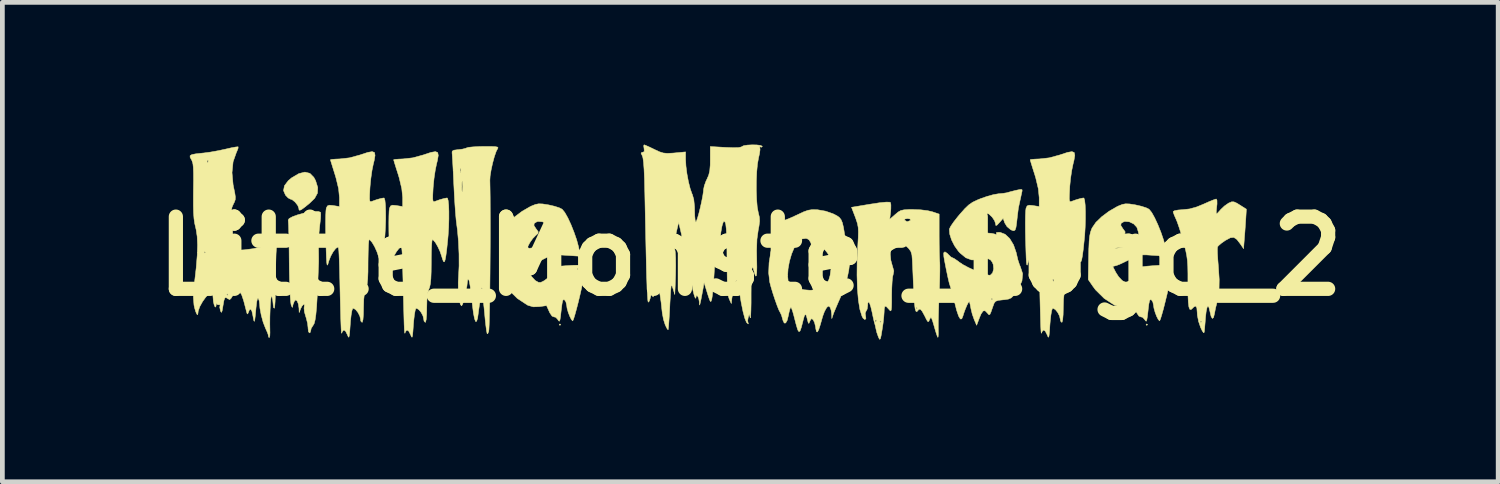
<source format=kicad_pcb>
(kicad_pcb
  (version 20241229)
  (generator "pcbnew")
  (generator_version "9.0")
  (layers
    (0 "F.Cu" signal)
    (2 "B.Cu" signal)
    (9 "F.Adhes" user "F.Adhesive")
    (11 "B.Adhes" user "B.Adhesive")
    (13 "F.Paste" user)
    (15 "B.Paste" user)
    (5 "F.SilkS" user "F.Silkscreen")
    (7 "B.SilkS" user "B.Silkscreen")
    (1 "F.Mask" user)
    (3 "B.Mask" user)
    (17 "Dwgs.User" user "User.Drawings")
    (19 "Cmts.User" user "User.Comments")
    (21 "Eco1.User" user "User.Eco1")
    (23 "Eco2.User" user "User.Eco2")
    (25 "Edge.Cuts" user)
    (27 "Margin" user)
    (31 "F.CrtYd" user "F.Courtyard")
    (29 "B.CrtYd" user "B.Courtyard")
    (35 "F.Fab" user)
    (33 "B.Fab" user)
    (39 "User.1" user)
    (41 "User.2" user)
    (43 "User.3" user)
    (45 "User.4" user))
  (footprint "Little_Monster_Logo_2"
    (layer "F.Cu")
    (at 12.78 2.355)
    (property "Reference" "Little_Monster_Logo_2" (at 0 0 0) (layer "F.SilkS") (effects (font (size 1.524 1.524) (thickness 0.3))))
    (attr through_hole)
    (fp_poly (pts (xy -4 1.445) (xy -4.016 1.46) (xy -4.032 1.445) (xy -4.016 1.429) (xy -4 1.445)) (stroke (width 0.01) (type solid)) (fill yes) (layer "F.SilkS"))
    (fp_poly (pts (xy 8.382 1.445) (xy 8.366 1.46) (xy 8.35 1.445) (xy 8.366 1.429) (xy 8.382 1.445)) (stroke (width 0.01) (type solid)) (fill yes) (layer "F.SilkS"))
    (fp_poly (pts (xy -9.292 -1.748) (xy -9.208 -1.663) (xy -9.171 -1.593) (xy -9.126 -1.449) (xy -9.132 -1.33) (xy -9.191 -1.221) (xy -9.296 -1.119) (xy -9.403 -1.032) (xy -9.47 -0.983) (xy -9.507 -0.967) (xy -9.522 -0.981) (xy -9.525 -1.009) (xy -9.548 -1.071) (xy -9.602 -1.14) (xy -9.666 -1.192) (xy -9.707 -1.206) (xy -9.75 -1.229) (xy -9.804 -1.285) (xy -9.806 -1.287) (xy -9.848 -1.384) (xy -9.828 -1.487) (xy -9.749 -1.592) (xy -9.678 -1.652) (xy -9.525 -1.742) (xy -9.397 -1.774) (xy -9.292 -1.748)) (stroke (width 0.01) (type solid)) (fill yes) (layer "F.SilkS"))
    (fp_poly (pts (xy -9.068 -0.927) (xy -9.067 -0.924) (xy -9.063 -0.881) (xy -9.067 -0.793) (xy -9.08 -0.679) (xy -9.082 -0.663) (xy -9.098 -0.506) (xy -9.108 -0.327) (xy -9.11 -0.175) (xy -9.108 -0.051) (xy -9.107 0.048) (xy -9.107 0.105) (xy -9.107 0.111) (xy -9.108 0.153) (xy -9.112 0.246) (xy -9.117 0.377) (xy -9.123 0.532) (xy -9.125 0.572) (xy -9.137 0.847) (xy -9.15 1.065) (xy -9.165 1.23) (xy -9.182 1.347) (xy -9.202 1.423) (xy -9.225 1.462) (xy -9.226 1.463) (xy -9.265 1.525) (xy -9.271 1.56) (xy -9.285 1.609) (xy -9.302 1.619) (xy -9.322 1.592) (xy -9.33 1.524) (xy -9.33 1.516) (xy -9.34 1.421) (xy -9.368 1.308) (xy -9.379 1.273) (xy -9.407 1.176) (xy -9.415 1.096) (xy -9.412 1.074) (xy -9.406 1.024) (xy -9.426 1.019) (xy -9.458 1.054) (xy -9.484 1.103) (xy -9.518 1.191) (xy -9.522 1.095) (xy -9.535 1.01) (xy -9.557 0.953) (xy -9.587 0.921) (xy -9.616 0.946) (xy -9.62 0.953) (xy -9.649 1.025) (xy -9.655 1.064) (xy -9.663 1.082) (xy -9.682 1.043) (xy -9.69 1.016) (xy -9.698 0.954) (xy -9.707 0.839) (xy -9.714 0.68) (xy -9.721 0.488) (xy -9.726 0.272) (xy -9.728 0.095) (xy -9.73 -0.127) (xy -9.733 -0.329) (xy -9.737 -0.503) (xy -9.741 -0.639) (xy -9.746 -0.728) (xy -9.749 -0.76) (xy -9.73 -0.794) (xy -9.662 -0.831) (xy -9.561 -0.869) (xy -9.441 -0.902) (xy -9.317 -0.928) (xy -9.204 -0.944) (xy -9.116 -0.944) (xy -9.068 -0.927)) (stroke (width 0.01) (type solid)) (fill yes) (layer "F.SilkS"))
    (fp_poly (pts (xy 9.847 -1.178) (xy 9.848 -1.102) (xy 9.842 -1.048) (xy 9.833 -0.958) (xy 9.831 -0.9) (xy 9.834 -0.889) (xy 9.861 -0.911) (xy 9.91 -0.965) (xy 9.925 -0.983) (xy 10.005 -1.059) (xy 10.091 -1.119) (xy 10.097 -1.122) (xy 10.156 -1.147) (xy 10.205 -1.146) (xy 10.269 -1.117) (xy 10.328 -1.08) (xy 10.467 -0.992) (xy 10.456 -0.806) (xy 10.447 -0.672) (xy 10.436 -0.513) (xy 10.426 -0.388) (xy 10.408 -0.158) (xy 10.34 -0.258) (xy 10.266 -0.354) (xy 10.202 -0.396) (xy 10.129 -0.389) (xy 10.03 -0.336) (xy 10.021 -0.331) (xy 9.936 -0.271) (xy 9.876 -0.219) (xy 9.859 -0.195) (xy 9.855 -0.148) (xy 9.857 -0.052) (xy 9.865 0.078) (xy 9.876 0.215) (xy 9.894 0.491) (xy 9.89 0.719) (xy 9.864 0.91) (xy 9.841 1) (xy 9.816 1.099) (xy 9.795 1.21) (xy 9.794 1.215) (xy 9.774 1.295) (xy 9.749 1.314) (xy 9.723 1.272) (xy 9.7 1.175) (xy 9.678 1.083) (xy 9.657 1.053) (xy 9.637 1.084) (xy 9.618 1.174) (xy 9.605 1.294) (xy 9.595 1.421) (xy 9.586 1.529) (xy 9.579 1.598) (xy 9.579 1.603) (xy 9.565 1.618) (xy 9.535 1.574) (xy 9.501 1.502) (xy 9.46 1.381) (xy 9.493 1.381) (xy 9.509 1.397) (xy 9.525 1.381) (xy 9.509 1.365) (xy 9.493 1.381) (xy 9.46 1.381) (xy 9.459 1.377) (xy 9.433 1.246) (xy 9.43 1.193) (xy 9.422 1.092) (xy 9.399 1.052) (xy 9.359 1.07) (xy 9.333 1.097) (xy 9.299 1.127) (xy 9.272 1.119) (xy 9.254 1.069) (xy 9.242 0.971) (xy 9.235 0.82) (xy 9.234 0.611) (xy 9.234 0.569) (xy 9.234 0.369) (xy 9.231 0.216) (xy 9.223 0.093) (xy 9.208 -0.017) (xy 9.185 -0.129) (xy 9.151 -0.26) (xy 9.141 -0.299) (xy 9.096 -0.455) (xy 9.05 -0.601) (xy 9.009 -0.72) (xy 8.984 -0.78) (xy 8.946 -0.865) (xy 8.924 -0.928) (xy 8.922 -0.941) (xy 8.951 -0.959) (xy 9.026 -0.974) (xy 9.12 -0.981) (xy 9.269 -0.997) (xy 9.419 -1.039) (xy 9.561 -1.097) (xy 9.675 -1.148) (xy 9.769 -1.186) (xy 9.825 -1.205) (xy 9.833 -1.206) (xy 9.847 -1.178)) (stroke (width 0.01) (type solid)) (fill yes) (layer "F.SilkS"))
    (fp_poly (pts (xy -5.474 -2.315) (xy -5.379 -2.311) (xy -5.331 -2.301) (xy -5.322 -2.286) (xy -5.326 -2.278) (xy -5.361 -2.211) (xy -5.4 -2.099) (xy -5.437 -1.962) (xy -5.468 -1.82) (xy -5.489 -1.691) (xy -5.494 -1.603) (xy -5.491 -1.445) (xy -5.488 -1.246) (xy -5.487 -1.015) (xy -5.486 -0.76) (xy -5.486 -0.486) (xy -5.487 -0.203) (xy -5.489 0.083) (xy -5.491 0.364) (xy -5.494 0.634) (xy -5.497 0.884) (xy -5.501 1.108) (xy -5.505 1.297) (xy -5.509 1.445) (xy -5.514 1.545) (xy -5.519 1.587) (xy -5.539 1.636) (xy -5.552 1.635) (xy -5.564 1.576) (xy -5.567 1.556) (xy -5.579 1.466) (xy -5.593 1.341) (xy -5.604 1.222) (xy -5.617 1.087) (xy -5.632 0.958) (xy -5.644 0.873) (xy -5.665 0.746) (xy -5.692 0.889) (xy -5.713 1.018) (xy -5.732 1.152) (xy -5.735 1.175) (xy -5.753 1.306) (xy -5.774 1.374) (xy -5.795 1.379) (xy -5.817 1.322) (xy -5.841 1.203) (xy -5.864 1.022) (xy -5.877 0.895) (xy -5.894 0.747) (xy -5.903 0.683) (xy -5.683 0.683) (xy -5.667 0.699) (xy -5.652 0.683) (xy -5.667 0.667) (xy -5.683 0.683) (xy -5.903 0.683) (xy -5.912 0.621) (xy -5.928 0.532) (xy -5.941 0.494) (xy -5.962 0.496) (xy -5.969 0.545) (xy -5.979 0.637) (xy -5.998 0.718) (xy -6.024 0.814) (xy -6.046 0.923) (xy -6.047 0.929) (xy -6.066 1.005) (xy -6.088 1.046) (xy -6.093 1.048) (xy -6.116 1.018) (xy -6.137 0.94) (xy -6.152 0.826) (xy -6.161 0.69) (xy -6.162 0.548) (xy -6.155 0.427) (xy -6.144 0.207) (xy -6.145 -0.048) (xy -6.157 -0.311) (xy -6.179 -0.556) (xy -6.194 -0.667) (xy -6.206 -0.765) (xy -6.219 -0.912) (xy -6.232 -1.094) (xy -6.244 -1.297) (xy -6.253 -1.476) (xy -6.086 -1.476) (xy -6.085 -1.392) (xy -6.08 -1.355) (xy -6.073 -1.373) (xy -6.068 -1.469) (xy -6.073 -1.563) (xy -6.079 -1.589) (xy -6.084 -1.559) (xy -6.086 -1.478) (xy -6.086 -1.476) (xy -6.253 -1.476) (xy -6.254 -1.492) (xy -6.263 -1.688) (xy -6.269 -1.81) (xy -6.123 -1.81) (xy -6.118 -1.765) (xy -6.107 -1.77) (xy -6.103 -1.835) (xy -6.107 -1.849) (xy -6.118 -1.853) (xy -6.123 -1.81) (xy -6.269 -1.81) (xy -6.272 -1.865) (xy -6.28 -2.012) (xy -6.287 -2.118) (xy -6.291 -2.173) (xy -6.292 -2.175) (xy -6.289 -2.215) (xy -6.255 -2.236) (xy -6.174 -2.247) (xy -6.16 -2.248) (xy -6.066 -2.26) (xy -5.999 -2.278) (xy -5.985 -2.285) (xy -5.942 -2.297) (xy -5.85 -2.306) (xy -5.724 -2.313) (xy -5.624 -2.315) (xy -5.474 -2.315)) (stroke (width 0.01) (type solid)) (fill yes) (layer "F.SilkS"))
    (fp_poly (pts (xy -4.381 -1.102) (xy -4.26 -1.083) (xy -4.254 -1.082) (xy -4.133 -1.054) (xy -4.03 -1.021) (xy -3.968 -0.989) (xy -3.914 -0.923) (xy -3.85 -0.81) (xy -3.783 -0.666) (xy -3.719 -0.505) (xy -3.663 -0.344) (xy -3.623 -0.196) (xy -3.608 -0.119) (xy -3.592 0.001) (xy -3.883 -0.018) (xy -4.023 -0.027) (xy -4.119 -0.027) (xy -4.195 -0.014) (xy -4.269 0.014) (xy -4.364 0.062) (xy -4.381 0.071) (xy -4.494 0.127) (xy -4.594 0.173) (xy -4.66 0.198) (xy -4.661 0.198) (xy -4.735 0.217) (xy -4.671 0.342) (xy -4.611 0.434) (xy -4.542 0.508) (xy -4.525 0.521) (xy -4.467 0.553) (xy -4.421 0.554) (xy -4.358 0.523) (xy -4.336 0.509) (xy -4.244 0.44) (xy -4.206 0.371) (xy -4.211 0.294) (xy -4.213 0.27) (xy -3.651 0.27) (xy -3.635 0.286) (xy -3.619 0.27) (xy -3.635 0.254) (xy -3.651 0.27) (xy -4.213 0.27) (xy -4.214 0.26) (xy -4.191 0.239) (xy -4.13 0.225) (xy -4.019 0.212) (xy -4.011 0.211) (xy -3.88 0.201) (xy -3.757 0.193) (xy -3.679 0.191) (xy -3.565 0.191) (xy -3.546 0.357) (xy -3.541 0.483) (xy -3.548 0.607) (xy -3.555 0.651) (xy -3.591 0.81) (xy -3.629 0.969) (xy -3.667 1.116) (xy -3.701 1.239) (xy -3.728 1.326) (xy -3.745 1.364) (xy -3.747 1.365) (xy -3.774 1.338) (xy -3.808 1.27) (xy -3.842 1.183) (xy -3.866 1.097) (xy -3.873 1.041) (xy -3.89 0.965) (xy -3.918 0.923) (xy -3.941 0.915) (xy -3.958 0.939) (xy -3.972 1.006) (xy -3.987 1.126) (xy -3.99 1.15) (xy -4.004 1.276) (xy -4.016 1.348) (xy -4.029 1.373) (xy -4.046 1.361) (xy -4.059 1.339) (xy -4.103 1.29) (xy -4.142 1.281) (xy -4.182 1.265) (xy -4.229 1.196) (xy -4.241 1.17) (xy -4.298 1.043) (xy -4.447 1.064) (xy -4.578 1.069) (xy -4.684 1.039) (xy -4.704 1.03) (xy -4.916 0.89) (xy -5.098 0.711) (xy -5.151 0.64) (xy -5.252 0.493) (xy -5.244 0.016) (xy -5.239 -0.174) (xy -4.699 -0.174) (xy -4.67 -0.165) (xy -4.584 -0.177) (xy -4.446 -0.209) (xy -4.323 -0.242) (xy -4.154 -0.289) (xy -4.176 -0.422) (xy -4.197 -0.52) (xy -4.221 -0.597) (xy -4.227 -0.611) (xy -4.293 -0.681) (xy -4.386 -0.726) (xy -4.48 -0.733) (xy -4.501 -0.727) (xy -4.558 -0.694) (xy -4.565 -0.649) (xy -4.521 -0.579) (xy -4.512 -0.569) (xy -4.474 -0.515) (xy -4.479 -0.479) (xy -4.529 -0.435) (xy -4.589 -0.374) (xy -4.647 -0.292) (xy -4.689 -0.214) (xy -4.699 -0.174) (xy -5.239 -0.174) (xy -5.239 -0.177) (xy -5.232 -0.32) (xy -5.221 -0.424) (xy -5.205 -0.503) (xy -5.182 -0.569) (xy -5.169 -0.599) (xy -5.09 -0.713) (xy -4.967 -0.833) (xy -4.813 -0.948) (xy -4.644 -1.045) (xy -4.61 -1.061) (xy -4.532 -1.092) (xy -4.463 -1.105) (xy -4.381 -1.102)) (stroke (width 0.01) (type solid)) (fill yes) (layer "F.SilkS"))
    (fp_poly (pts (xy 8.002 -1.102) (xy 8.122 -1.083) (xy 8.128 -1.082) (xy 8.25 -1.054) (xy 8.353 -1.021) (xy 8.415 -0.989) (xy 8.469 -0.923) (xy 8.532 -0.81) (xy 8.599 -0.666) (xy 8.664 -0.505) (xy 8.719 -0.344) (xy 8.759 -0.196) (xy 8.774 -0.119) (xy 8.791 0.001) (xy 8.499 -0.018) (xy 8.36 -0.027) (xy 8.263 -0.027) (xy 8.188 -0.014) (xy 8.113 0.014) (xy 8.018 0.062) (xy 8.001 0.071) (xy 7.888 0.127) (xy 7.789 0.173) (xy 7.723 0.198) (xy 7.721 0.198) (xy 7.648 0.217) (xy 7.712 0.342) (xy 7.771 0.434) (xy 7.841 0.508) (xy 7.858 0.521) (xy 7.915 0.553) (xy 7.962 0.554) (xy 8.025 0.523) (xy 8.047 0.509) (xy 8.138 0.44) (xy 8.176 0.371) (xy 8.171 0.294) (xy 8.169 0.27) (xy 8.731 0.27) (xy 8.747 0.286) (xy 8.763 0.27) (xy 8.747 0.254) (xy 8.731 0.27) (xy 8.169 0.27) (xy 8.169 0.26) (xy 8.192 0.239) (xy 8.253 0.225) (xy 8.364 0.212) (xy 8.372 0.211) (xy 8.503 0.201) (xy 8.626 0.193) (xy 8.703 0.191) (xy 8.818 0.191) (xy 8.836 0.357) (xy 8.842 0.483) (xy 8.835 0.607) (xy 8.828 0.651) (xy 8.792 0.81) (xy 8.753 0.969) (xy 8.716 1.116) (xy 8.681 1.239) (xy 8.654 1.326) (xy 8.637 1.364) (xy 8.636 1.365) (xy 8.609 1.338) (xy 8.574 1.27) (xy 8.541 1.183) (xy 8.517 1.097) (xy 8.509 1.041) (xy 8.493 0.965) (xy 8.465 0.923) (xy 8.442 0.915) (xy 8.425 0.939) (xy 8.41 1.006) (xy 8.395 1.126) (xy 8.393 1.15) (xy 8.378 1.276) (xy 8.366 1.348) (xy 8.354 1.373) (xy 8.337 1.361) (xy 8.323 1.339) (xy 8.279 1.29) (xy 8.24 1.281) (xy 8.201 1.265) (xy 8.154 1.196) (xy 8.142 1.17) (xy 8.085 1.043) (xy 7.935 1.064) (xy 7.805 1.069) (xy 7.698 1.039) (xy 7.679 1.03) (xy 7.466 0.89) (xy 7.285 0.711) (xy 7.232 0.64) (xy 7.131 0.493) (xy 7.139 0.016) (xy 7.143 -0.174) (xy 7.684 -0.174) (xy 7.713 -0.165) (xy 7.798 -0.177) (xy 7.937 -0.209) (xy 8.059 -0.242) (xy 8.228 -0.289) (xy 8.206 -0.422) (xy 8.185 -0.52) (xy 8.161 -0.597) (xy 8.155 -0.611) (xy 8.09 -0.681) (xy 7.996 -0.726) (xy 7.902 -0.733) (xy 7.882 -0.727) (xy 7.824 -0.694) (xy 7.818 -0.649) (xy 7.862 -0.579) (xy 7.87 -0.569) (xy 7.909 -0.515) (xy 7.904 -0.479) (xy 7.854 -0.435) (xy 7.794 -0.374) (xy 7.735 -0.292) (xy 7.694 -0.214) (xy 7.684 -0.174) (xy 7.143 -0.174) (xy 7.144 -0.177) (xy 7.15 -0.32) (xy 7.161 -0.424) (xy 7.177 -0.503) (xy 7.2 -0.569) (xy 7.214 -0.599) (xy 7.292 -0.713) (xy 7.416 -0.833) (xy 7.57 -0.948) (xy 7.738 -1.045) (xy 7.772 -1.061) (xy 7.85 -1.092) (xy 7.919 -1.105) (xy 8.002 -1.102)) (stroke (width 0.01) (type solid)) (fill yes) (layer "F.SilkS"))
    (fp_poly (pts (xy -7.928 -2.187) (xy -7.917 -2.126) (xy -7.935 -2.019) (xy -7.953 -1.947) (xy -7.981 -1.811) (xy -8.005 -1.643) (xy -8.022 -1.473) (xy -8.025 -1.432) (xy -8.032 -1.293) (xy -8.033 -1.207) (xy -8.027 -1.163) (xy -8.011 -1.149) (xy -7.984 -1.156) (xy -7.982 -1.157) (xy -7.888 -1.191) (xy -7.8 -1.216) (xy -7.739 -1.228) (xy -7.724 -1.226) (xy -7.708 -1.178) (xy -7.698 -1.08) (xy -7.693 -0.945) (xy -7.692 -0.784) (xy -7.698 -0.611) (xy -7.708 -0.438) (xy -7.715 -0.359) (xy -7.737 -0.154) (xy -7.755 -0.009) (xy -7.772 0.081) (xy -7.789 0.12) (xy -7.806 0.113) (xy -7.827 0.063) (xy -7.841 0.013) (xy -7.878 -0.095) (xy -7.926 -0.201) (xy -7.978 -0.289) (xy -8.023 -0.341) (xy -8.041 -0.349) (xy -8.049 -0.319) (xy -8.056 -0.237) (xy -8.061 -0.113) (xy -8.064 0.041) (xy -8.065 0.123) (xy -8.066 0.328) (xy -8.072 0.479) (xy -8.083 0.586) (xy -8.1 0.658) (xy -8.112 0.687) (xy -8.14 0.776) (xy -8.155 0.915) (xy -8.16 1.087) (xy -8.163 1.232) (xy -8.171 1.337) (xy -8.185 1.391) (xy -8.191 1.397) (xy -8.217 1.37) (xy -8.223 1.33) (xy -8.239 1.262) (xy -8.277 1.189) (xy -8.324 1.13) (xy -8.369 1.101) (xy -8.389 1.106) (xy -8.405 1.149) (xy -8.421 1.241) (xy -8.435 1.365) (xy -8.441 1.45) (xy -8.451 1.59) (xy -8.46 1.674) (xy -8.469 1.709) (xy -8.481 1.704) (xy -8.498 1.664) (xy -8.5 1.659) (xy -8.54 1.581) (xy -8.578 1.558) (xy -8.609 1.594) (xy -8.614 1.611) (xy -8.62 1.626) (xy -8.624 1.622) (xy -8.628 1.594) (xy -8.632 1.535) (xy -8.636 1.439) (xy -8.641 1.301) (xy -8.646 1.116) (xy -8.652 0.876) (xy -8.656 0.699) (xy -8.66 0.508) (xy -8.382 0.508) (xy -8.37 0.534) (xy -8.361 0.529) (xy -8.357 0.491) (xy -8.361 0.487) (xy -8.38 0.491) (xy -8.382 0.508) (xy -8.66 0.508) (xy -8.662 0.436) (xy -8.667 0.231) (xy -8.672 0.076) (xy -8.677 -0.036) (xy -8.681 -0.112) (xy -8.687 -0.159) (xy -8.693 -0.183) (xy -8.7 -0.19) (xy -8.702 -0.191) (xy -8.746 -0.163) (xy -8.8 -0.094) (xy -8.852 -0.000297) (xy -8.892 0.101) (xy -8.897 0.119) (xy -8.911 0.167) (xy -8.922 0.189) (xy -8.93 0.178) (xy -8.937 0.128) (xy -8.943 0.034) (xy -8.948 -0.111) (xy -8.954 -0.313) (xy -8.955 -0.333) (xy -8.959 -0.528) (xy -8.96 -0.704) (xy -8.958 -0.851) (xy -8.953 -0.958) (xy -8.946 -1.012) (xy -8.922 -1.06) (xy -8.882 -1.076) (xy -8.803 -1.069) (xy -8.794 -1.067) (xy -8.668 -1.047) (xy -8.668 -1.237) (xy -8.686 -1.424) (xy -8.741 -1.652) (xy -8.763 -1.725) (xy -8.803 -1.853) (xy -8.835 -1.956) (xy -8.855 -2.02) (xy -8.858 -2.035) (xy -8.829 -2.042) (xy -8.754 -2.048) (xy -8.66 -2.052) (xy -8.456 -2.075) (xy -8.229 -2.137) (xy -8.213 -2.143) (xy -8.069 -2.19) (xy -7.977 -2.206) (xy -7.928 -2.187)) (stroke (width 0.01) (type solid)) (fill yes) (layer "F.SilkS"))
    (fp_poly (pts (xy -6.595 -2.187) (xy -6.583 -2.126) (xy -6.601 -2.019) (xy -6.619 -1.947) (xy -6.647 -1.811) (xy -6.672 -1.643) (xy -6.689 -1.473) (xy -6.692 -1.432) (xy -6.699 -1.293) (xy -6.7 -1.207) (xy -6.693 -1.163) (xy -6.677 -1.149) (xy -6.65 -1.156) (xy -6.648 -1.157) (xy -6.554 -1.191) (xy -6.466 -1.216) (xy -6.405 -1.228) (xy -6.39 -1.226) (xy -6.375 -1.178) (xy -6.364 -1.08) (xy -6.359 -0.945) (xy -6.359 -0.784) (xy -6.364 -0.611) (xy -6.375 -0.438) (xy -6.382 -0.359) (xy -6.403 -0.154) (xy -6.422 -0.009) (xy -6.439 0.081) (xy -6.455 0.12) (xy -6.473 0.113) (xy -6.493 0.063) (xy -6.508 0.013) (xy -6.544 -0.095) (xy -6.593 -0.201) (xy -6.644 -0.289) (xy -6.689 -0.341) (xy -6.707 -0.349) (xy -6.716 -0.319) (xy -6.723 -0.237) (xy -6.728 -0.113) (xy -6.731 0.041) (xy -6.731 0.123) (xy -6.733 0.328) (xy -6.739 0.479) (xy -6.75 0.586) (xy -6.766 0.658) (xy -6.778 0.687) (xy -6.806 0.776) (xy -6.822 0.915) (xy -6.826 1.087) (xy -6.829 1.232) (xy -6.838 1.337) (xy -6.851 1.391) (xy -6.858 1.397) (xy -6.883 1.37) (xy -6.89 1.33) (xy -6.905 1.262) (xy -6.943 1.189) (xy -6.991 1.13) (xy -7.035 1.101) (xy -7.056 1.106) (xy -7.071 1.149) (xy -7.087 1.241) (xy -7.101 1.365) (xy -7.108 1.45) (xy -7.118 1.59) (xy -7.126 1.674) (xy -7.135 1.709) (xy -7.147 1.704) (xy -7.164 1.664) (xy -7.166 1.659) (xy -7.206 1.581) (xy -7.245 1.558) (xy -7.275 1.594) (xy -7.281 1.611) (xy -7.286 1.626) (xy -7.291 1.622) (xy -7.295 1.594) (xy -7.299 1.535) (xy -7.303 1.439) (xy -7.307 1.301) (xy -7.312 1.116) (xy -7.318 0.876) (xy -7.322 0.699) (xy -7.327 0.508) (xy -7.048 0.508) (xy -7.037 0.534) (xy -7.027 0.529) (xy -7.024 0.491) (xy -7.027 0.487) (xy -7.046 0.491) (xy -7.048 0.508) (xy -7.327 0.508) (xy -7.329 0.436) (xy -7.334 0.231) (xy -7.339 0.076) (xy -7.343 -0.036) (xy -7.348 -0.112) (xy -7.353 -0.159) (xy -7.359 -0.183) (xy -7.366 -0.19) (xy -7.368 -0.191) (xy -7.412 -0.163) (xy -7.466 -0.094) (xy -7.519 -0.000297) (xy -7.559 0.101) (xy -7.564 0.119) (xy -7.578 0.167) (xy -7.589 0.189) (xy -7.597 0.178) (xy -7.603 0.128) (xy -7.609 0.034) (xy -7.614 -0.111) (xy -7.62 -0.313) (xy -7.621 -0.333) (xy -7.625 -0.528) (xy -7.626 -0.704) (xy -7.624 -0.851) (xy -7.62 -0.958) (xy -7.612 -1.012) (xy -7.589 -1.06) (xy -7.548 -1.076) (xy -7.469 -1.069) (xy -7.461 -1.067) (xy -7.334 -1.047) (xy -7.334 -1.237) (xy -7.353 -1.424) (xy -7.407 -1.652) (xy -7.429 -1.725) (xy -7.47 -1.853) (xy -7.502 -1.956) (xy -7.521 -2.02) (xy -7.525 -2.035) (xy -7.496 -2.042) (xy -7.42 -2.048) (xy -7.326 -2.052) (xy -7.122 -2.075) (xy -6.895 -2.137) (xy -6.879 -2.143) (xy -6.736 -2.19) (xy -6.643 -2.206) (xy -6.595 -2.187)) (stroke (width 0.01) (type solid)) (fill yes) (layer "F.SilkS"))
    (fp_poly (pts (xy 6.835 -2.187) (xy 6.847 -2.126) (xy 6.829 -2.019) (xy 6.811 -1.947) (xy 6.783 -1.811) (xy 6.758 -1.643) (xy 6.741 -1.473) (xy 6.739 -1.432) (xy 6.732 -1.293) (xy 6.73 -1.207) (xy 6.737 -1.163) (xy 6.753 -1.149) (xy 6.78 -1.156) (xy 6.782 -1.157) (xy 6.876 -1.191) (xy 6.964 -1.216) (xy 7.025 -1.228) (xy 7.04 -1.226) (xy 7.055 -1.178) (xy 7.066 -1.08) (xy 7.071 -0.945) (xy 7.071 -0.784) (xy 7.066 -0.611) (xy 7.056 -0.438) (xy 7.048 -0.359) (xy 7.027 -0.154) (xy 7.008 -0.009) (xy 6.991 0.081) (xy 6.975 0.12) (xy 6.957 0.113) (xy 6.937 0.063) (xy 6.923 0.013) (xy 6.886 -0.095) (xy 6.838 -0.201) (xy 6.786 -0.289) (xy 6.741 -0.341) (xy 6.723 -0.349) (xy 6.715 -0.319) (xy 6.708 -0.237) (xy 6.702 -0.113) (xy 6.7 0.041) (xy 6.699 0.123) (xy 6.697 0.328) (xy 6.692 0.479) (xy 6.681 0.586) (xy 6.664 0.658) (xy 6.652 0.687) (xy 6.624 0.776) (xy 6.609 0.915) (xy 6.604 1.087) (xy 6.601 1.232) (xy 6.592 1.337) (xy 6.579 1.391) (xy 6.572 1.397) (xy 6.547 1.37) (xy 6.54 1.33) (xy 6.525 1.262) (xy 6.487 1.189) (xy 6.44 1.13) (xy 6.395 1.101) (xy 6.374 1.106) (xy 6.359 1.149) (xy 6.343 1.241) (xy 6.329 1.365) (xy 6.322 1.45) (xy 6.313 1.59) (xy 6.304 1.674) (xy 6.295 1.709) (xy 6.283 1.704) (xy 6.266 1.664) (xy 6.264 1.659) (xy 6.224 1.581) (xy 6.186 1.558) (xy 6.155 1.594) (xy 6.15 1.611) (xy 6.144 1.626) (xy 6.14 1.622) (xy 6.135 1.594) (xy 6.131 1.535) (xy 6.127 1.439) (xy 6.123 1.301) (xy 6.118 1.116) (xy 6.112 0.876) (xy 6.108 0.699) (xy 6.103 0.508) (xy 6.382 0.508) (xy 6.393 0.534) (xy 6.403 0.529) (xy 6.407 0.491) (xy 6.403 0.487) (xy 6.384 0.491) (xy 6.382 0.508) (xy 6.103 0.508) (xy 6.102 0.436) (xy 6.096 0.231) (xy 6.092 0.076) (xy 6.087 -0.036) (xy 6.082 -0.112) (xy 6.077 -0.159) (xy 6.071 -0.183) (xy 6.064 -0.19) (xy 6.062 -0.191) (xy 6.018 -0.163) (xy 5.964 -0.094) (xy 5.912 -0.000297) (xy 5.872 0.101) (xy 5.866 0.119) (xy 5.852 0.167) (xy 5.842 0.189) (xy 5.833 0.178) (xy 5.827 0.128) (xy 5.821 0.034) (xy 5.816 -0.111) (xy 5.81 -0.313) (xy 5.809 -0.333) (xy 5.805 -0.528) (xy 5.804 -0.704) (xy 5.806 -0.851) (xy 5.811 -0.958) (xy 5.818 -1.012) (xy 5.841 -1.06) (xy 5.882 -1.076) (xy 5.961 -1.069) (xy 5.97 -1.067) (xy 6.096 -1.047) (xy 6.096 -1.237) (xy 6.077 -1.424) (xy 6.023 -1.652) (xy 6.001 -1.725) (xy 5.96 -1.853) (xy 5.928 -1.956) (xy 5.909 -2.02) (xy 5.906 -2.035) (xy 5.934 -2.042) (xy 6.01 -2.048) (xy 6.104 -2.052) (xy 6.308 -2.075) (xy 6.535 -2.137) (xy 6.551 -2.143) (xy 6.695 -2.19) (xy 6.787 -2.206) (xy 6.835 -2.187)) (stroke (width 0.01) (type solid)) (fill yes) (layer "F.SilkS"))
    (fp_poly (pts (xy 1.404 -0.98) (xy 1.421 -0.979) (xy 1.588 -0.95) (xy 1.746 -0.895) (xy 1.763 -0.887) (xy 1.83 -0.852) (xy 1.879 -0.817) (xy 1.916 -0.77) (xy 1.944 -0.703) (xy 1.967 -0.604) (xy 1.99 -0.463) (xy 2.017 -0.271) (xy 2.019 -0.256) (xy 2.039 -0.11) (xy 2.058 0.012) (xy 2.073 0.097) (xy 2.082 0.131) (xy 2.091 0.19) (xy 2.079 0.293) (xy 2.052 0.427) (xy 2.011 0.576) (xy 1.961 0.726) (xy 1.911 0.849) (xy 1.852 0.982) (xy 1.8 1.104) (xy 1.762 1.195) (xy 1.752 1.222) (xy 1.72 1.318) (xy 1.717 1.222) (xy 1.705 1.137) (xy 1.684 1.08) (xy 1.656 1.052) (xy 1.623 1.073) (xy 1.605 1.096) (xy 1.565 1.168) (xy 1.529 1.265) (xy 1.523 1.286) (xy 1.477 1.448) (xy 1.443 1.552) (xy 1.417 1.599) (xy 1.398 1.594) (xy 1.384 1.539) (xy 1.377 1.489) (xy 1.357 1.403) (xy 1.327 1.342) (xy 1.296 1.317) (xy 1.271 1.344) (xy 1.259 1.37) (xy 1.238 1.416) (xy 1.225 1.412) (xy 1.208 1.351) (xy 1.206 1.34) (xy 1.183 1.254) (xy 1.162 1.227) (xy 1.141 1.26) (xy 1.115 1.354) (xy 1.111 1.371) (xy 1.077 1.503) (xy 1.051 1.576) (xy 1.028 1.594) (xy 1.005 1.562) (xy 0.991 1.521) (xy 0.963 1.425) (xy 0.932 1.304) (xy 0.917 1.246) (xy 0.891 1.154) (xy 0.868 1.093) (xy 0.856 1.079) (xy 0.839 1.108) (xy 0.819 1.181) (xy 0.806 1.244) (xy 0.779 1.354) (xy 0.747 1.41) (xy 0.716 1.411) (xy 0.688 1.351) (xy 0.682 1.327) (xy 0.658 1.244) (xy 0.631 1.187) (xy 0.63 1.186) (xy 0.603 1.135) (xy 0.565 1.039) (xy 0.521 0.915) (xy 0.476 0.779) (xy 0.437 0.649) (xy 0.409 0.541) (xy 0.409 0.54) (xy 0.395 0.413) (xy 0.788 0.413) (xy 0.799 0.527) (xy 0.825 0.587) (xy 0.895 0.636) (xy 1.005 0.679) (xy 1.134 0.709) (xy 1.258 0.719) (xy 1.291 0.718) (xy 1.408 0.693) (xy 1.522 0.646) (xy 1.534 0.638) (xy 1.61 0.579) (xy 1.656 0.502) (xy 1.683 0.411) (xy 1.705 0.255) (xy 1.698 0.108) (xy 1.664 -0.013) (xy 1.618 -0.081) (xy 1.571 -0.137) (xy 1.556 -0.178) (xy 1.542 -0.23) (xy 1.508 -0.231) (xy 1.464 -0.185) (xy 1.432 -0.125) (xy 1.372 0.008) (xy 1.313 -0.179) (xy 1.276 -0.285) (xy 1.242 -0.343) (xy 1.2 -0.369) (xy 1.172 -0.375) (xy 1.081 -0.362) (xy 1.001 -0.299) (xy 0.928 -0.181) (xy 0.872 -0.048) (xy 0.826 0.11) (xy 0.797 0.269) (xy 0.788 0.413) (xy 0.395 0.413) (xy 0.388 0.356) (xy 0.397 0.138) (xy 0.434 -0.093) (xy 0.491 -0.303) (xy 0.527 -0.426) (xy 0.555 -0.552) (xy 0.561 -0.589) (xy 0.578 -0.676) (xy 0.609 -0.721) (xy 0.668 -0.742) (xy 0.674 -0.743) (xy 0.747 -0.766) (xy 0.856 -0.81) (xy 0.978 -0.866) (xy 1.002 -0.877) (xy 1.127 -0.936) (xy 1.221 -0.969) (xy 1.305 -0.982) (xy 1.404 -0.98)) (stroke (width 0.01) (type solid)) (fill yes) (layer "F.SilkS"))
    (fp_poly (pts (xy 5.733 -1.405) (xy 5.736 -1.379) (xy 5.734 -1.37) (xy 5.657 -1.016) (xy 5.637 -0.857) (xy 5.62 -0.705) (xy 5.606 -0.607) (xy 5.588 -0.554) (xy 5.562 -0.536) (xy 5.525 -0.545) (xy 5.493 -0.56) (xy 5.417 -0.624) (xy 5.369 -0.702) (xy 5.335 -0.799) (xy 5.256 -0.709) (xy 5.205 -0.655) (xy 5.182 -0.646) (xy 5.176 -0.679) (xy 5.176 -0.683) (xy 5.155 -0.748) (xy 5.104 -0.824) (xy 5.093 -0.835) (xy 5.033 -0.891) (xy 4.991 -0.901) (xy 4.965 -0.886) (xy 4.934 -0.832) (xy 4.936 -0.8) (xy 4.931 -0.742) (xy 4.904 -0.697) (xy 4.867 -0.622) (xy 4.863 -0.566) (xy 4.88 -0.518) (xy 4.923 -0.496) (xy 5.003 -0.489) (xy 5.096 -0.481) (xy 5.165 -0.465) (xy 5.175 -0.46) (xy 5.202 -0.452) (xy 5.193 -0.474) (xy 5.193 -0.499) (xy 5.246 -0.504) (xy 5.274 -0.502) (xy 5.377 -0.462) (xy 5.474 -0.371) (xy 5.554 -0.239) (xy 5.61 -0.078) (xy 5.619 -0.04) (xy 5.646 0.077) (xy 5.68 0.18) (xy 5.7 0.227) (xy 5.747 0.371) (xy 5.732 0.524) (xy 5.656 0.689) (xy 5.627 0.733) (xy 5.559 0.826) (xy 5.507 0.879) (xy 5.448 0.905) (xy 5.364 0.918) (xy 5.333 0.921) (xy 5.233 0.932) (xy 5.176 0.952) (xy 5.144 0.994) (xy 5.115 1.073) (xy 5.113 1.079) (xy 5.078 1.18) (xy 5.055 1.23) (xy 5.035 1.236) (xy 5.01 1.209) (xy 5.002 1.199) (xy 4.954 1.151) (xy 4.912 1.157) (xy 4.869 1.22) (xy 4.835 1.301) (xy 4.776 1.458) (xy 4.725 1.339) (xy 4.684 1.224) (xy 4.655 1.105) (xy 4.654 1.096) (xy 4.638 1.014) (xy 4.624 0.964) (xy 4.621 0.959) (xy 4.602 0.976) (xy 4.571 1.036) (xy 4.536 1.119) (xy 4.504 1.207) (xy 4.488 1.26) (xy 4.462 1.323) (xy 4.432 1.325) (xy 4.396 1.265) (xy 4.354 1.142) (xy 4.307 0.957) (xy 4.302 0.937) (xy 4.294 0.905) (xy 5.08 0.905) (xy 5.096 0.921) (xy 5.112 0.905) (xy 5.096 0.889) (xy 5.08 0.905) (xy 4.294 0.905) (xy 4.272 0.814) (xy 4.243 0.708) (xy 4.221 0.641) (xy 4.198 0.568) (xy 4.169 0.444) (xy 4.135 0.281) (xy 4.098 0.091) (xy 4.084 0.008) (xy 4.081 -0.07) (xy 4.107 -0.092) (xy 4.159 -0.057) (xy 4.182 -0.032) (xy 4.232 0.016) (xy 4.263 0.032) (xy 4.302 0.05) (xy 4.37 0.096) (xy 4.407 0.125) (xy 4.49 0.18) (xy 4.603 0.24) (xy 4.73 0.298) (xy 4.856 0.349) (xy 4.966 0.386) (xy 5.044 0.402) (xy 5.066 0.4) (xy 5.113 0.352) (xy 5.135 0.269) (xy 5.126 0.176) (xy 5.107 0.129) (xy 5.071 0.08) (xy 5.023 0.056) (xy 4.946 0.054) (xy 4.827 0.072) (xy 4.805 0.076) (xy 4.67 0.079) (xy 4.547 0.033) (xy 4.425 -0.068) (xy 4.39 -0.106) (xy 4.311 -0.217) (xy 4.247 -0.343) (xy 4.208 -0.466) (xy 4.2 -0.564) (xy 4.203 -0.578) (xy 4.231 -0.633) (xy 4.291 -0.721) (xy 4.374 -0.827) (xy 4.423 -0.886) (xy 4.526 -1.002) (xy 4.609 -1.081) (xy 4.691 -1.138) (xy 4.792 -1.186) (xy 4.86 -1.214) (xy 4.995 -1.261) (xy 5.128 -1.298) (xy 5.232 -1.316) (xy 5.239 -1.317) (xy 5.337 -1.326) (xy 5.413 -1.338) (xy 5.429 -1.343) (xy 5.489 -1.36) (xy 5.58 -1.383) (xy 5.613 -1.391) (xy 5.696 -1.408) (xy 5.733 -1.405)) (stroke (width 0.01) (type solid)) (fill yes) (layer "F.SilkS"))
    (fp_poly (pts (xy 2.944 -1.139) (xy 2.958 -1.131) (xy 2.967 -1.083) (xy 2.966 -0.996) (xy 2.961 -0.938) (xy 2.942 -0.778) (xy 3.06 -0.881) (xy 3.121 -0.932) (xy 3.176 -0.963) (xy 3.243 -0.978) (xy 3.341 -0.984) (xy 3.44 -0.984) (xy 3.598 -0.978) (xy 3.743 -0.96) (xy 3.844 -0.936) (xy 3.985 -0.888) (xy 3.985 -0.436) (xy 3.986 -0.263) (xy 3.988 -0.104) (xy 3.992 0.027) (xy 3.996 0.114) (xy 3.998 0.127) (xy 4 0.195) (xy 4 0.313) (xy 3.997 0.469) (xy 3.992 0.65) (xy 3.985 0.81) (xy 3.977 1.008) (xy 3.971 1.198) (xy 3.967 1.364) (xy 3.966 1.492) (xy 3.967 1.555) (xy 3.968 1.647) (xy 3.963 1.704) (xy 3.957 1.713) (xy 3.941 1.677) (xy 3.914 1.596) (xy 3.882 1.487) (xy 3.879 1.476) (xy 3.846 1.364) (xy 3.824 1.306) (xy 3.808 1.294) (xy 3.791 1.32) (xy 3.785 1.333) (xy 3.766 1.376) (xy 3.748 1.382) (xy 3.721 1.343) (xy 3.681 1.262) (xy 3.627 1.163) (xy 3.588 1.118) (xy 3.557 1.122) (xy 3.54 1.143) (xy 3.514 1.172) (xy 3.494 1.16) (xy 3.477 1.102) (xy 3.476 1.095) (xy 3.493 1.095) (xy 3.508 1.111) (xy 3.524 1.095) (xy 3.508 1.079) (xy 3.493 1.095) (xy 3.476 1.095) (xy 3.464 0.994) (xy 3.453 0.831) (xy 3.448 0.722) (xy 3.439 0.54) (xy 3.432 0.363) (xy 3.425 0.21) (xy 3.42 0.098) (xy 3.419 0.084) (xy 3.41 -0.027) (xy 3.388 -0.1) (xy 3.343 -0.162) (xy 3.291 -0.212) (xy 3.186 -0.286) (xy 3.095 -0.301) (xy 3.016 -0.255) (xy 2.992 -0.229) (xy 2.963 -0.152) (xy 2.954 -0.039) (xy 2.966 0.088) (xy 2.998 0.205) (xy 3 0.21) (xy 3.029 0.312) (xy 3.016 0.382) (xy 3.003 0.436) (xy 2.993 0.538) (xy 2.986 0.674) (xy 2.983 0.815) (xy 2.983 0.974) (xy 2.98 1.078) (xy 2.974 1.135) (xy 2.964 1.155) (xy 2.946 1.145) (xy 2.923 1.119) (xy 2.87 1.063) (xy 2.84 1.058) (xy 2.827 1.11) (xy 2.824 1.183) (xy 2.817 1.283) (xy 2.802 1.417) (xy 2.781 1.556) (xy 2.781 1.556) (xy 2.761 1.675) (xy 2.746 1.739) (xy 2.732 1.756) (xy 2.716 1.733) (xy 2.701 1.699) (xy 2.67 1.611) (xy 2.653 1.54) (xy 2.636 1.462) (xy 2.627 1.429) (xy 2.612 1.374) (xy 2.61 1.365) (xy 2.635 1.365) (xy 2.647 1.391) (xy 2.656 1.386) (xy 2.657 1.381) (xy 2.731 1.381) (xy 2.746 1.397) (xy 2.762 1.381) (xy 2.746 1.365) (xy 2.731 1.381) (xy 2.657 1.381) (xy 2.66 1.349) (xy 2.656 1.344) (xy 2.638 1.348) (xy 2.635 1.365) (xy 2.61 1.365) (xy 2.59 1.279) (xy 2.57 1.182) (xy 2.542 1.064) (xy 2.516 0.989) (xy 2.494 0.963) (xy 2.48 0.99) (xy 2.477 1.044) (xy 2.466 1.118) (xy 2.443 1.16) (xy 2.425 1.202) (xy 2.43 1.241) (xy 2.44 1.314) (xy 2.419 1.339) (xy 2.38 1.309) (xy 2.357 1.266) (xy 2.313 1.125) (xy 2.281 0.929) (xy 2.26 0.684) (xy 2.252 0.398) (xy 2.255 0.078) (xy 2.269 -0.222) (xy 2.278 -0.391) (xy 2.281 -0.513) (xy 2.277 -0.604) (xy 2.263 -0.681) (xy 2.239 -0.76) (xy 2.238 -0.762) (xy 3.254 -0.762) (xy 3.3 -0.732) (xy 3.318 -0.73) (xy 3.371 -0.75) (xy 3.381 -0.762) (xy 3.37 -0.785) (xy 3.318 -0.794) (xy 3.263 -0.784) (xy 3.254 -0.762) (xy 2.238 -0.762) (xy 2.215 -0.826) (xy 2.136 -1.032) (xy 2.537 -1.098) (xy 2.734 -1.128) (xy 2.869 -1.141) (xy 2.944 -1.139)) (stroke (width 0.01) (type solid)) (fill yes) (layer "F.SilkS"))
    (fp_poly (pts (xy -10.805 -2.306) (xy -10.808 -2.272) (xy -10.835 -2.205) (xy -10.842 -2.191) (xy -10.912 -1.993) (xy -10.935 -1.762) (xy -10.912 -1.509) (xy -10.902 -1.459) (xy -10.876 -1.332) (xy -10.864 -1.249) (xy -10.867 -1.191) (xy -10.885 -1.14) (xy -10.905 -1.102) (xy -10.936 -1.03) (xy -10.948 -0.952) (xy -10.945 -0.845) (xy -10.938 -0.776) (xy -10.926 -0.619) (xy -10.919 -0.445) (xy -10.918 -0.337) (xy -10.921 -0.119) (xy -10.675 -0.134) (xy -10.495 -0.157) (xy -10.303 -0.197) (xy -10.197 -0.229) (xy -9.965 -0.308) (xy -9.99 -0.225) (xy -9.998 -0.168) (xy -10.005 -0.059) (xy -10.01 0.09) (xy -10.014 0.268) (xy -10.016 0.464) (xy -10.016 0.466) (xy -10.018 0.656) (xy -10.021 0.825) (xy -10.026 0.962) (xy -10.033 1.056) (xy -10.04 1.097) (xy -10.041 1.098) (xy -10.057 1.087) (xy -10.066 1.029) (xy -10.067 1.013) (xy -10.077 0.918) (xy -10.096 0.842) (xy -10.097 0.841) (xy -10.107 0.848) (xy -10.116 0.906) (xy -10.124 1.005) (xy -10.131 1.133) (xy -10.136 1.279) (xy -10.137 1.43) (xy -10.135 1.577) (xy -10.134 1.611) (xy -10.137 1.68) (xy -10.148 1.718) (xy -10.161 1.709) (xy -10.164 1.699) (xy -10.172 1.656) (xy -10.187 1.613) (xy -10.22 1.539) (xy -10.228 1.522) (xy -10.278 1.393) (xy -10.319 1.241) (xy -10.346 1.095) (xy -10.351 1.023) (xy -10.361 0.942) (xy -10.38 0.892) (xy -10.397 0.895) (xy -10.413 0.961) (xy -10.428 1.087) (xy -10.429 1.099) (xy -10.443 1.249) (xy -10.454 1.34) (xy -10.464 1.376) (xy -10.474 1.36) (xy -10.487 1.298) (xy -10.493 1.262) (xy -10.516 1.158) (xy -10.541 1.116) (xy -10.569 1.136) (xy -10.588 1.183) (xy -10.604 1.22) (xy -10.618 1.209) (xy -10.636 1.144) (xy -10.64 1.127) (xy -10.689 0.94) (xy -10.732 0.813) (xy -10.775 0.744) (xy -10.82 0.729) (xy -10.871 0.766) (xy -10.933 0.853) (xy -10.953 0.887) (xy -10.984 0.917) (xy -11.027 0.894) (xy -11.063 0.872) (xy -11.087 0.884) (xy -11.106 0.938) (xy -11.125 1.046) (xy -11.128 1.064) (xy -11.143 1.152) (xy -11.156 1.186) (xy -11.171 1.17) (xy -11.18 1.148) (xy -11.194 1.078) (xy -11.187 1.04) (xy -11.187 1.021) (xy -11.2 1.027) (xy -11.24 1.023) (xy -11.25 1.008) (xy -11.264 1.001) (xy -11.269 1.032) (xy -11.278 1.074) (xy -11.295 1.066) (xy -11.313 1.022) (xy -11.328 0.955) (xy -11.334 0.881) (xy -11.34 0.81) (xy -11.049 0.81) (xy -11.033 0.826) (xy -11.017 0.81) (xy -11.033 0.794) (xy -11.049 0.81) (xy -11.34 0.81) (xy -11.34 0.805) (xy -11.354 0.765) (xy -11.359 0.763) (xy -11.417 0.791) (xy -11.487 0.862) (xy -11.556 0.958) (xy -11.614 1.062) (xy -11.648 1.157) (xy -11.652 1.196) (xy -11.659 1.235) (xy -11.677 1.223) (xy -11.701 1.169) (xy -11.726 1.084) (xy -11.737 1.032) (xy -11.75 0.868) (xy -11.737 0.651) (xy -11.734 0.619) (xy -10.986 0.619) (xy -10.97 0.635) (xy -10.954 0.619) (xy -10.97 0.603) (xy -10.986 0.619) (xy -11.734 0.619) (xy -11.728 0.572) (xy -11.691 0.251) (xy -11.669 -0.016) (xy -11.667 -0.079) (xy -11.525 -0.079) (xy -11.509 -0.064) (xy -11.493 -0.079) (xy -11.509 -0.095) (xy -11.525 -0.079) (xy -11.667 -0.079) (xy -11.662 -0.236) (xy -11.67 -0.415) (xy -11.692 -0.562) (xy -11.702 -0.603) (xy -11.723 -0.695) (xy -11.737 -0.794) (xy -11.746 -0.914) (xy -11.75 -1.067) (xy -11.75 -1.264) (xy -11.749 -1.385) (xy -11.746 -1.596) (xy -11.747 -1.753) (xy -11.751 -1.866) (xy -11.759 -1.944) (xy -11.772 -1.998) (xy -11.773 -2) (xy -11.462 -2) (xy -11.45 -1.974) (xy -11.441 -1.979) (xy -11.437 -2.017) (xy -11.441 -2.021) (xy -11.459 -2.017) (xy -11.462 -2) (xy -11.773 -2) (xy -11.79 -2.036) (xy -11.793 -2.04) (xy -11.819 -2.088) (xy -11.819 -2.12) (xy -11.783 -2.143) (xy -11.702 -2.159) (xy -11.568 -2.174) (xy -11.533 -2.177) (xy -11.39 -2.196) (xy -11.223 -2.226) (xy -11.069 -2.259) (xy -10.952 -2.286) (xy -10.86 -2.303) (xy -10.81 -2.308) (xy -10.805 -2.306)) (stroke (width 0.01) (type solid)) (fill yes) (layer "F.SilkS"))
    (fp_poly (pts (xy -2.203 -2.336) (xy -2.126 -2.302) (xy -2.026 -2.254) (xy -2.025 -2.253) (xy -1.918 -2.203) (xy -1.835 -2.177) (xy -1.749 -2.169) (xy -1.633 -2.175) (xy -1.598 -2.178) (xy -1.365 -2.2) (xy -1.365 -2.039) (xy -1.357 -1.9) (xy -1.336 -1.737) (xy -1.305 -1.572) (xy -1.268 -1.425) (xy -1.23 -1.317) (xy -1.224 -1.306) (xy -1.192 -1.198) (xy -1.176 -1.041) (xy -1.175 -0.975) (xy -1.172 -0.858) (xy -1.164 -0.767) (xy -1.153 -0.72) (xy -1.152 -0.718) (xy -1.137 -0.737) (xy -1.113 -0.804) (xy -1.084 -0.905) (xy -1.054 -1.026) (xy -1.026 -1.152) (xy -1.003 -1.27) (xy -0.989 -1.365) (xy -0.986 -1.404) (xy -0.97 -1.485) (xy -0.933 -1.587) (xy -0.914 -1.625) (xy -0.877 -1.71) (xy -0.855 -1.802) (xy -0.845 -1.923) (xy -0.844 -2.037) (xy -0.844 -2.313) (xy -0.522 -2.295) (xy -0.354 -2.289) (xy -0.244 -2.292) (xy -0.187 -2.305) (xy -0.177 -2.313) (xy -0.137 -2.332) (xy -0.059 -2.344) (xy 0.04 -2.349) (xy 0.137 -2.347) (xy 0.215 -2.337) (xy 0.253 -2.32) (xy 0.254 -2.316) (xy 0.234 -2.298) (xy 0.217 -2.305) (xy 0.195 -2.309) (xy 0.202 -2.293) (xy 0.206 -2.246) (xy 0.194 -2.159) (xy 0.175 -2.076) (xy 0.152 -1.948) (xy 0.136 -1.779) (xy 0.128 -1.586) (xy 0.127 -1.386) (xy 0.134 -1.197) (xy 0.147 -1.035) (xy 0.169 -0.919) (xy 0.17 -0.914) (xy 0.192 -0.824) (xy 0.197 -0.74) (xy 0.184 -0.635) (xy 0.168 -0.552) (xy 0.141 -0.357) (xy 0.133 -0.113) (xy 0.136 0.055) (xy 0.139 0.229) (xy 0.136 0.349) (xy 0.127 0.414) (xy 0.112 0.42) (xy 0.091 0.366) (xy 0.079 0.317) (xy 0.059 0.247) (xy 0.044 0.235) (xy 0.032 0.282) (xy 0.023 0.39) (xy 0.019 0.559) (xy 0.017 0.79) (xy 0.017 0.814) (xy 0.017 0.989) (xy 0.014 1.134) (xy 0.01 1.239) (xy 0.005 1.298) (xy -0.001 1.301) (xy -0.021 1.222) (xy -0.044 1.294) (xy -0.055 1.362) (xy -0.048 1.397) (xy -0.04 1.427) (xy -0.045 1.429) (xy -0.079 1.398) (xy -0.116 1.308) (xy -0.154 1.165) (xy -0.193 0.972) (xy -0.231 0.735) (xy -0.244 0.643) (xy -0.264 0.552) (xy -0.287 0.512) (xy -0.308 0.527) (xy -0.317 0.6) (xy -0.318 0.613) (xy -0.326 0.694) (xy -0.346 0.747) (xy -0.347 0.748) (xy -0.37 0.798) (xy -0.387 0.88) (xy -0.388 0.889) (xy -0.4 1) (xy -0.444 0.905) (xy -0.46 0.856) (xy -0.472 0.779) (xy -0.48 0.666) (xy -0.486 0.51) (xy -0.489 0.304) (xy -0.491 0.079) (xy -0.493 -0.192) (xy -0.498 -0.41) (xy -0.506 -0.571) (xy -0.517 -0.673) (xy -0.527 -0.71) (xy -0.55 -0.738) (xy -0.568 -0.724) (xy -0.59 -0.659) (xy -0.599 -0.625) (xy -0.62 -0.505) (xy -0.633 -0.365) (xy -0.635 -0.298) (xy -0.645 -0.161) (xy -0.675 -0.074) (xy -0.689 -0.056) (xy -0.714 -0.015) (xy -0.733 0.055) (xy -0.748 0.163) (xy -0.76 0.32) (xy -0.765 0.406) (xy -0.776 0.569) (xy -0.788 0.717) (xy -0.801 0.834) (xy -0.812 0.904) (xy -0.812 0.905) (xy -0.826 0.95) (xy -0.839 0.958) (xy -0.858 0.923) (xy -0.887 0.838) (xy -0.906 0.778) (xy -0.975 0.556) (xy -0.996 0.683) (xy -1.019 0.805) (xy -1.043 0.929) (xy -1.045 0.937) (xy -1.062 1.013) (xy -1.07 1.031) (xy -1.074 0.993) (xy -1.076 0.962) (xy -1.087 0.897) (xy -1.108 0.848) (xy -1.13 0.828) (xy -1.143 0.851) (xy -1.144 0.863) (xy -1.151 0.89) (xy -1.168 0.867) (xy -1.188 0.807) (xy -1.209 0.723) (xy -1.221 0.653) (xy -1.245 0.538) (xy -1.283 0.398) (xy -1.32 0.284) (xy -1.361 0.15) (xy -1.389 0.013) (xy -1.398 -0.083) (xy -1.407 -0.194) (xy -1.427 -0.336) (xy -1.455 -0.476) (xy -1.511 -0.714) (xy -1.567 -0.476) (xy -1.598 -0.313) (xy -1.603 -0.201) (xy -1.595 -0.158) (xy -1.582 -0.087) (xy -1.575 0.036) (xy -1.573 0.203) (xy -1.576 0.402) (xy -1.584 0.624) (xy -1.586 0.667) (xy -1.593 0.81) (xy -1.624 0.703) (xy -1.647 0.636) (xy -1.664 0.607) (xy -1.666 0.608) (xy -1.671 0.642) (xy -1.679 0.728) (xy -1.687 0.854) (xy -1.696 1.009) (xy -1.699 1.079) (xy -1.708 1.244) (xy -1.717 1.384) (xy -1.725 1.488) (xy -1.732 1.545) (xy -1.734 1.553) (xy -1.752 1.535) (xy -1.783 1.474) (xy -1.797 1.442) (xy -1.831 1.335) (xy -1.856 1.204) (xy -1.863 1.143) (xy -1.881 0.976) (xy -1.903 0.824) (xy -1.928 0.699) (xy -1.953 0.616) (xy -1.967 0.592) (xy -1.989 0.601) (xy -2.009 0.668) (xy -2.019 0.733) (xy -2.035 0.826) (xy -2.05 0.86) (xy -2.064 0.841) (xy -2.081 0.808) (xy -2.096 0.827) (xy -2.11 0.883) (xy -2.131 0.948) (xy -2.151 0.97) (xy -2.154 0.968) (xy -2.161 0.936) (xy -2.167 0.851) (xy -2.175 0.711) (xy -2.182 0.517) (xy -2.19 0.265) (xy -2.198 -0.044) (xy -2.206 -0.413) (xy -2.215 -0.843) (xy -2.225 -1.334) (xy -2.226 -1.365) (xy -2.232 -1.629) (xy -2.241 -1.832) (xy -2.252 -1.98) (xy -2.265 -2.076) (xy -2.279 -2.119) (xy -2.304 -2.172) (xy -2.289 -2.19) (xy -2.271 -2.191) (xy -2.237 -2.207) (xy -2.24 -2.265) (xy -2.241 -2.27) (xy -2.249 -2.329) (xy -2.24 -2.35) (xy -2.203 -2.336)) (stroke (width 0.01) (type solid)) (fill yes) (layer "F.SilkS")))
  (gr_rect
    (start -3 -3)
    (end 28.56 7.115)
    (stroke (width 0.1) (type default))
    (fill no)
    (layer "Edge.Cuts")))
</source>
